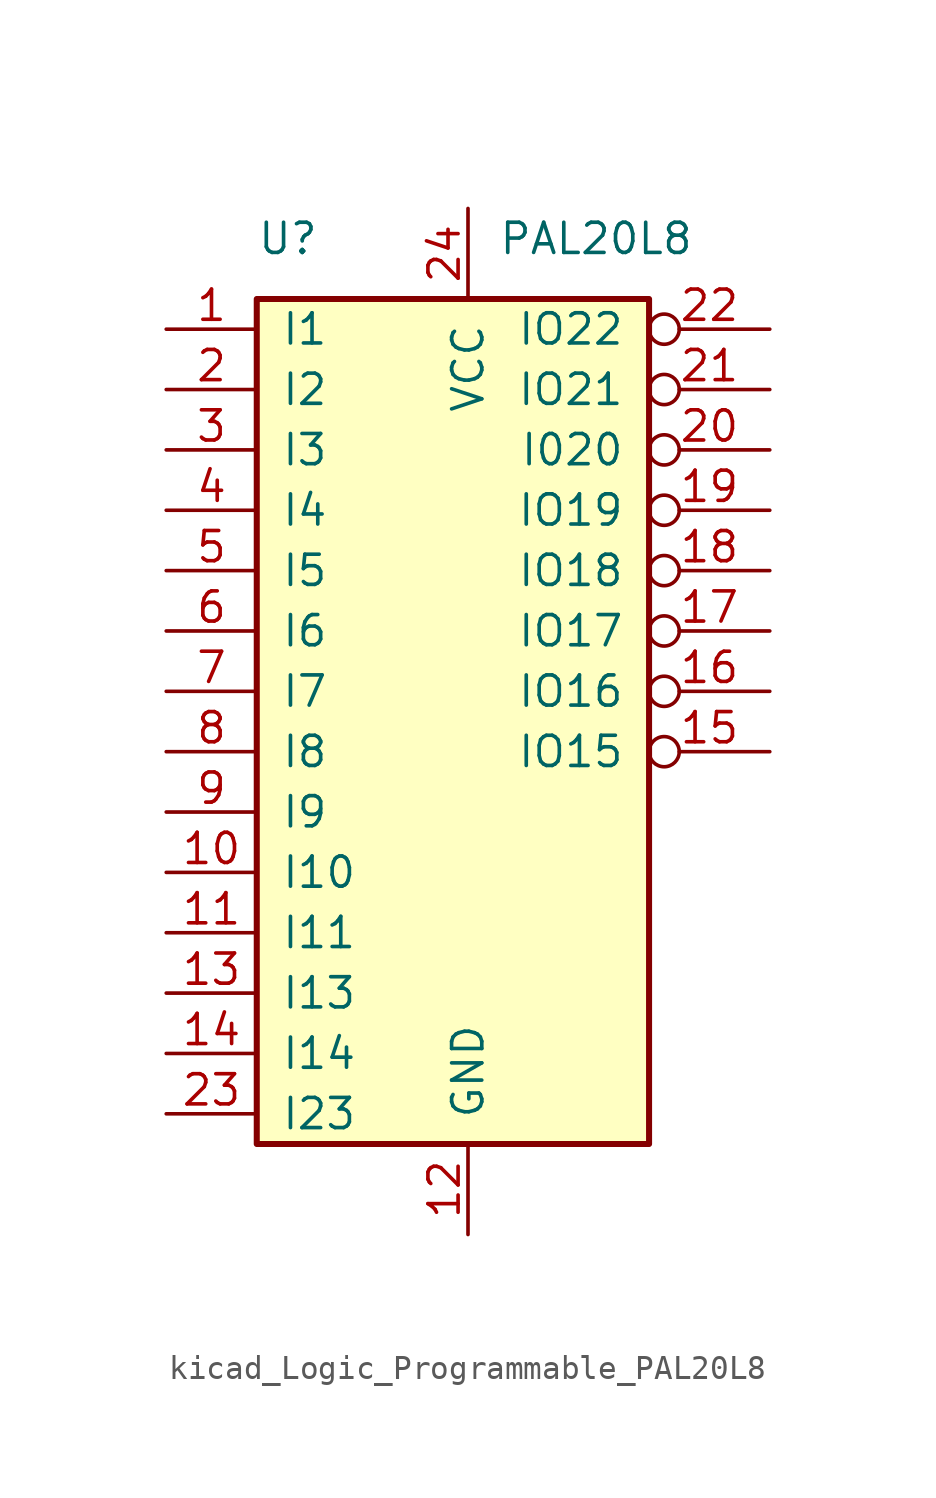
<source format=kicad_sym>
(kicad_symbol_lib
  (version 20220914)
  (generator kicad_symbol_editor)
  (symbol "kicad_Logic_Programmable_PAL20L8"
    (pin_names
      (offset 1.016))
    (property "Reference" "U"
      (at -8.89 21.59 0)
      (effects (font (size 1.27 1.27)) (justify left)))
    (property "Value" "PAL20L8"
      (at 1.27 21.59 0)
      (effects (font (size 1.27 1.27)) (justify left)))
    (symbol "kicad_Logic_Programmable_PAL20L8_0_0"
      (pin power_in line (at 0 -20.32 90) (length 3.81) (name "GND" (effects (font (size 1.27 1.27)))) (number "12" (effects (font (size 1.27 1.27)))))
      (pin power_in line (at 0 22.86 270) (length 3.81) (name "VCC" (effects (font (size 1.27 1.27)))) (number "24" (effects (font (size 1.27 1.27))))))
    (symbol "kicad_Logic_Programmable_PAL20L8_0_1"
      (rectangle (start -8.89 19.05) (end 7.62 -16.51) (stroke (width 0.254) (type default)) (fill (type background))))
    (symbol "kicad_Logic_Programmable_PAL20L8_1_1"
      (pin input line (at -12.7 17.78 0) (length 3.81) (name "I1" (effects (font (size 1.27 1.27)))) (number "1" (effects (font (size 1.27 1.27)))))
      (pin input line (at -12.7 -5.08 0) (length 3.81) (name "I10" (effects (font (size 1.27 1.27)))) (number "10" (effects (font (size 1.27 1.27)))))
      (pin input line (at -12.7 -7.62 0) (length 3.81) (name "I11" (effects (font (size 1.27 1.27)))) (number "11" (effects (font (size 1.27 1.27)))))
      (pin input line (at -12.7 -10.16 0) (length 3.81) (name "I13" (effects (font (size 1.27 1.27)))) (number "13" (effects (font (size 1.27 1.27)))))
      (pin input line (at -12.7 -12.7 0) (length 3.81) (name "I14" (effects (font (size 1.27 1.27)))) (number "14" (effects (font (size 1.27 1.27)))))
      (pin tri_state inverted (at 12.7 0 180) (length 5.08) (name "IO15" (effects (font (size 1.27 1.27)))) (number "15" (effects (font (size 1.27 1.27)))))
      (pin tri_state inverted (at 12.7 2.54 180) (length 5.08) (name "IO16" (effects (font (size 1.27 1.27)))) (number "16" (effects (font (size 1.27 1.27)))))
      (pin tri_state inverted (at 12.7 5.08 180) (length 5.08) (name "IO17" (effects (font (size 1.27 1.27)))) (number "17" (effects (font (size 1.27 1.27)))))
      (pin tri_state inverted (at 12.7 7.62 180) (length 5.08) (name "IO18" (effects (font (size 1.27 1.27)))) (number "18" (effects (font (size 1.27 1.27)))))
      (pin tri_state inverted (at 12.7 10.16 180) (length 5.08) (name "IO19" (effects (font (size 1.27 1.27)))) (number "19" (effects (font (size 1.27 1.27)))))
      (pin input line (at -12.7 15.24 0) (length 3.81) (name "I2" (effects (font (size 1.27 1.27)))) (number "2" (effects (font (size 1.27 1.27)))))
      (pin tri_state inverted (at 12.7 12.7 180) (length 5.08) (name "I020" (effects (font (size 1.27 1.27)))) (number "20" (effects (font (size 1.27 1.27)))))
      (pin tri_state inverted (at 12.7 15.24 180) (length 5.08) (name "IO21" (effects (font (size 1.27 1.27)))) (number "21" (effects (font (size 1.27 1.27)))))
      (pin tri_state inverted (at 12.7 17.78 180) (length 5.08) (name "IO22" (effects (font (size 1.27 1.27)))) (number "22" (effects (font (size 1.27 1.27)))))
      (pin input line (at -12.7 -15.24 0) (length 3.81) (name "I23" (effects (font (size 1.27 1.27)))) (number "23" (effects (font (size 1.27 1.27)))))
      (pin input line (at -12.7 12.7 0) (length 3.81) (name "I3" (effects (font (size 1.27 1.27)))) (number "3" (effects (font (size 1.27 1.27)))))
      (pin input line (at -12.7 10.16 0) (length 3.81) (name "I4" (effects (font (size 1.27 1.27)))) (number "4" (effects (font (size 1.27 1.27)))))
      (pin input line (at -12.7 7.62 0) (length 3.81) (name "I5" (effects (font (size 1.27 1.27)))) (number "5" (effects (font (size 1.27 1.27)))))
      (pin input line (at -12.7 5.08 0) (length 3.81) (name "I6" (effects (font (size 1.27 1.27)))) (number "6" (effects (font (size 1.27 1.27)))))
      (pin input line (at -12.7 2.54 0) (length 3.81) (name "I7" (effects (font (size 1.27 1.27)))) (number "7" (effects (font (size 1.27 1.27)))))
      (pin input line (at -12.7 0 0) (length 3.81) (name "I8" (effects (font (size 1.27 1.27)))) (number "8" (effects (font (size 1.27 1.27)))))
      (pin input line (at -12.7 -2.54 0) (length 3.81) (name "I9" (effects (font (size 1.27 1.27)))) (number "9" (effects (font (size 1.27 1.27))))))))
</source>
